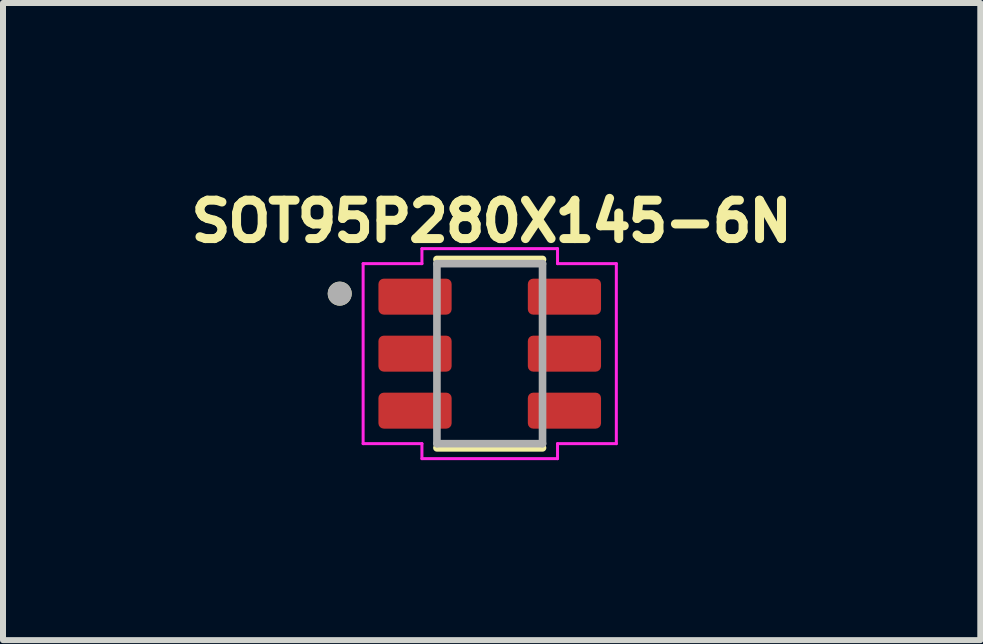
<source format=kicad_pcb>
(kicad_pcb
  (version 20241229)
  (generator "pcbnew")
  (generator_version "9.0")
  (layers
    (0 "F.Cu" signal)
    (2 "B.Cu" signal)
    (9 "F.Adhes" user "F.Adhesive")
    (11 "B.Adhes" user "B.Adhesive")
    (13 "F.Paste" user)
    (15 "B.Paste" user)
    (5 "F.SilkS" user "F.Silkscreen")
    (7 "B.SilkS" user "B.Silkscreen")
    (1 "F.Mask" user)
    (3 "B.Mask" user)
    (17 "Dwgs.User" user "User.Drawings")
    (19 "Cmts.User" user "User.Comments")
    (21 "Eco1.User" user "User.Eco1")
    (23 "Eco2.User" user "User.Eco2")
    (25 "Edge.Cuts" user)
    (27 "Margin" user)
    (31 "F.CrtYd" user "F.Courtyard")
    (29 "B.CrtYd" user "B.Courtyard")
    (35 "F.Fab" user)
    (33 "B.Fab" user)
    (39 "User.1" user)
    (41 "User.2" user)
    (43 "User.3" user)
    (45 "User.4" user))
  (footprint "SOT95P280X145-6N"
    (layer "F.Cu")
    (at 5.112 2.844)
    (property "Reference" "SOT95P280X145-6N" (at 0.032 -2.206 0) (layer "F.SilkS") (effects (font (size 0.64 0.64) (thickness 0.15))))
    (attr through_hole)
    (fp_line (start -0.88 -1.57) (end 0.88 -1.57) (stroke (width 0.127) (type solid)) (layer "F.SilkS"))
    (fp_line (start -0.88 1.57) (end 0.88 1.57) (stroke (width 0.127) (type solid)) (layer "F.SilkS"))
    (fp_circle (center -2.5 -1) (end -2.4 -1) (stroke (width 0.2) (type solid)) (fill no) (layer "F.SilkS"))
    (fp_line (start -2.11 -1.5) (end -2.11 1.5) (stroke (width 0.05) (type solid)) (layer "F.CrtYd"))
    (fp_line (start -2.11 -1.5) (end -1.13 -1.5) (stroke (width 0.05) (type solid)) (layer "F.CrtYd"))
    (fp_line (start -1.13 -1.75) (end 1.13 -1.75) (stroke (width 0.05) (type solid)) (layer "F.CrtYd"))
    (fp_line (start -1.13 -1.5) (end -1.13 -1.75) (stroke (width 0.05) (type solid)) (layer "F.CrtYd"))
    (fp_line (start -1.13 1.5) (end -2.11 1.5) (stroke (width 0.05) (type solid)) (layer "F.CrtYd"))
    (fp_line (start -1.13 1.75) (end -1.13 1.5) (stroke (width 0.05) (type solid)) (layer "F.CrtYd"))
    (fp_line (start 1.13 -1.75) (end 1.13 -1.5) (stroke (width 0.05) (type solid)) (layer "F.CrtYd"))
    (fp_line (start 1.13 -1.5) (end 2.11 -1.5) (stroke (width 0.05) (type solid)) (layer "F.CrtYd"))
    (fp_line (start 1.13 1.5) (end 1.13 1.75) (stroke (width 0.05) (type solid)) (layer "F.CrtYd"))
    (fp_line (start 1.13 1.75) (end -1.13 1.75) (stroke (width 0.05) (type solid)) (layer "F.CrtYd"))
    (fp_line (start 2.11 1.5) (end 1.13 1.5) (stroke (width 0.05) (type solid)) (layer "F.CrtYd"))
    (fp_line (start 2.11 1.5) (end 2.11 -1.5) (stroke (width 0.05) (type solid)) (layer "F.CrtYd"))
    (fp_line (start -0.88 -1.5) (end 0.88 -1.5) (stroke (width 0.127) (type solid)) (layer "F.Fab"))
    (fp_line (start -0.88 1.5) (end -0.88 -1.5) (stroke (width 0.127) (type solid)) (layer "F.Fab"))
    (fp_line (start 0.88 -1.5) (end 0.88 1.5) (stroke (width 0.127) (type solid)) (layer "F.Fab"))
    (fp_line (start 0.88 1.5) (end -0.88 1.5) (stroke (width 0.127) (type solid)) (layer "F.Fab"))
    (fp_circle (center -2.5 -1) (end -2.4 -1) (stroke (width 0.2) (type solid)) (fill no) (layer "F.Fab"))
    (pad "1" smd roundrect (at -1.245 -0.95) (size 1.22 0.6) (layers "F.Cu" "F.Mask" "F.Paste") (roundrect_rratio 0.15))
    (pad "2" smd roundrect (at -1.245 0) (size 1.22 0.6) (layers "F.Cu" "F.Mask" "F.Paste") (roundrect_rratio 0.15))
    (pad "3" smd roundrect (at -1.245 0.95) (size 1.22 0.6) (layers "F.Cu" "F.Mask" "F.Paste") (roundrect_rratio 0.15))
    (pad "4" smd roundrect (at 1.245 0.95) (size 1.22 0.6) (layers "F.Cu" "F.Mask" "F.Paste") (roundrect_rratio 0.15))
    (pad "5" smd roundrect (at 1.245 0) (size 1.22 0.6) (layers "F.Cu" "F.Mask" "F.Paste") (roundrect_rratio 0.15))
    (pad "6" smd roundrect (at 1.245 -0.95) (size 1.22 0.6) (layers "F.Cu" "F.Mask" "F.Paste") (roundrect_rratio 0.15)))
  (gr_rect
    (start -3 -3)
    (end 13.288 7.619)
    (stroke (width 0.1) (type default))
    (fill no)
    (layer "Edge.Cuts")))
</source>
